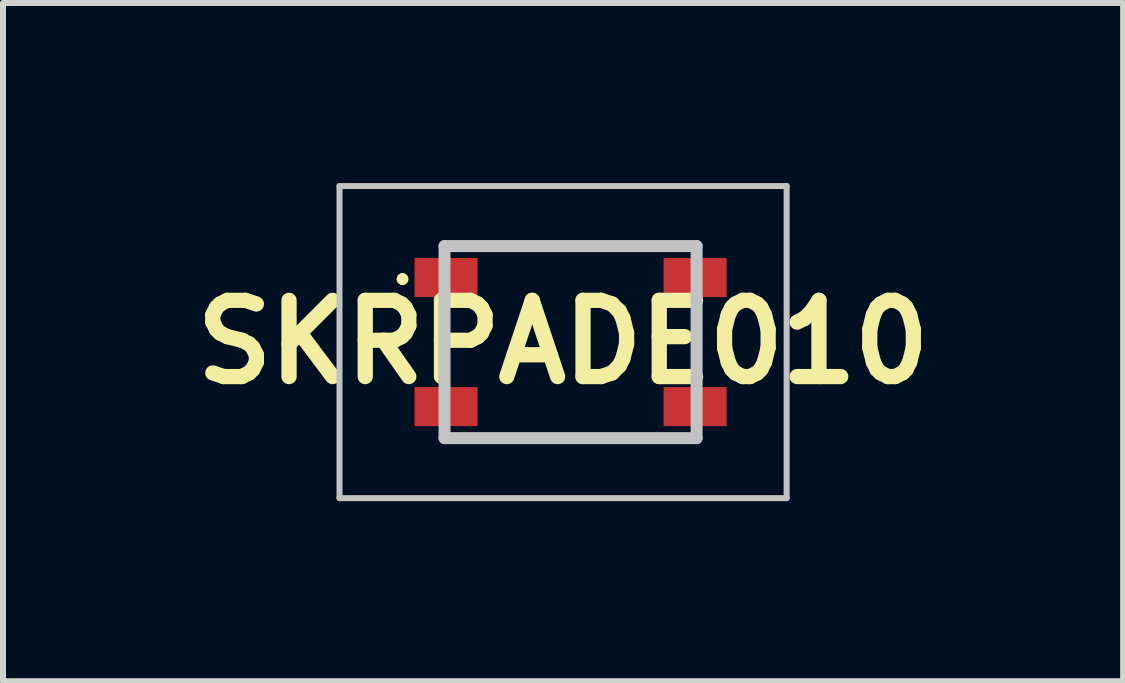
<source format=kicad_pcb>
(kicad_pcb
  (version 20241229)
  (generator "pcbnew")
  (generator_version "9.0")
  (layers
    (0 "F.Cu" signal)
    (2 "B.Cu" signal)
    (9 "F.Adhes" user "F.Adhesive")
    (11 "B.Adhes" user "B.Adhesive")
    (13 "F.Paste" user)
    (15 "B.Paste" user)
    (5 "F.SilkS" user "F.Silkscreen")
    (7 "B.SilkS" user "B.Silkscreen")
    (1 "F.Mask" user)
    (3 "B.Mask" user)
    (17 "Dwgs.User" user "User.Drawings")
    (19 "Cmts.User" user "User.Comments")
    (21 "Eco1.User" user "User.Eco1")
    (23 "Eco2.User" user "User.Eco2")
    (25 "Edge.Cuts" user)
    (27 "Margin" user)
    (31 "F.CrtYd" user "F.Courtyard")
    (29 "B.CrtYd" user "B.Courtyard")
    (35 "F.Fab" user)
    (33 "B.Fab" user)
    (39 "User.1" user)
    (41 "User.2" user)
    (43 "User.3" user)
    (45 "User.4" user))
  (footprint "SKRPADE010"
    (layer "F.Cu")
    (at 6.332 2.65)
    (property "Reference" "SKRPADE010" (at 0 0 0) (layer "F.SilkS") (effects (font (size 1.27 1.27) (thickness 0.254))))
    (attr smd)
    (fp_line (start -2.675 -1.1) (end -2.675 -1.1) (stroke (width 0.1) (type solid)) (layer "F.SilkS"))
    (fp_line (start -2.675 -1) (end -2.675 -1) (stroke (width 0.1) (type solid)) (layer "F.SilkS"))
    (fp_line (start -1.975 -1.6) (end 2.225 -1.6) (stroke (width 0.1) (type solid)) (layer "F.SilkS"))
    (fp_line (start -1.975 -0.5) (end -1.975 0.5) (stroke (width 0.1) (type solid)) (layer "F.SilkS"))
    (fp_line (start -1.975 1.6) (end 2.225 1.6) (stroke (width 0.1) (type solid)) (layer "F.SilkS"))
    (fp_line (start 2.225 -0.5) (end 2.225 0.5) (stroke (width 0.1) (type solid)) (layer "F.SilkS"))
    (fp_arc (start -2.675 -1.1) (mid -2.625 -1.05) (end -2.675 -1) (stroke (width 0.1) (type solid)) (layer "F.SilkS"))
    (fp_arc (start -2.675 -1) (mid -2.725 -1.05) (end -2.675 -1.1) (stroke (width 0.1) (type solid)) (layer "F.SilkS"))
    (fp_line (start -3.725 -2.6) (end 3.725 -2.6) (stroke (width 0.1) (type solid)) (layer "Dwgs.User"))
    (fp_line (start -3.725 2.6) (end -3.725 -2.6) (stroke (width 0.1) (type solid)) (layer "Dwgs.User"))
    (fp_line (start -1.975 -1.6) (end 2.225 -1.6) (stroke (width 0.2) (type solid)) (layer "Dwgs.User"))
    (fp_line (start -1.975 1.6) (end -1.975 -1.6) (stroke (width 0.2) (type solid)) (layer "Dwgs.User"))
    (fp_line (start 2.225 -1.6) (end 2.225 1.6) (stroke (width 0.2) (type solid)) (layer "Dwgs.User"))
    (fp_line (start 2.225 1.6) (end -1.975 1.6) (stroke (width 0.2) (type solid)) (layer "Dwgs.User"))
    (fp_line (start 3.725 -2.6) (end 3.725 2.6) (stroke (width 0.1) (type solid)) (layer "Dwgs.User"))
    (fp_line (start 3.725 2.6) (end -3.725 2.6) (stroke (width 0.1) (type solid)) (layer "Dwgs.User"))
    (pad "1" smd rect (at -1.95 -1.075 90) (size 0.65 1.05) (layers "F.Cu" "F.Mask" "F.Paste"))
    (pad "2" smd rect (at 2.2 -1.075 90) (size 0.65 1.05) (layers "F.Cu" "F.Mask" "F.Paste"))
    (pad "3" smd rect (at -1.95 1.075 90) (size 0.65 1.05) (layers "F.Cu" "F.Mask" "F.Paste"))
    (pad "4" smd rect (at 2.2 1.075 90) (size 0.65 1.05) (layers "F.Cu" "F.Mask" "F.Paste")))
  (gr_rect
    (start -3 -3)
    (end 15.664 8.3)
    (stroke (width 0.1) (type default))
    (fill no)
    (layer "Edge.Cuts")))
</source>
